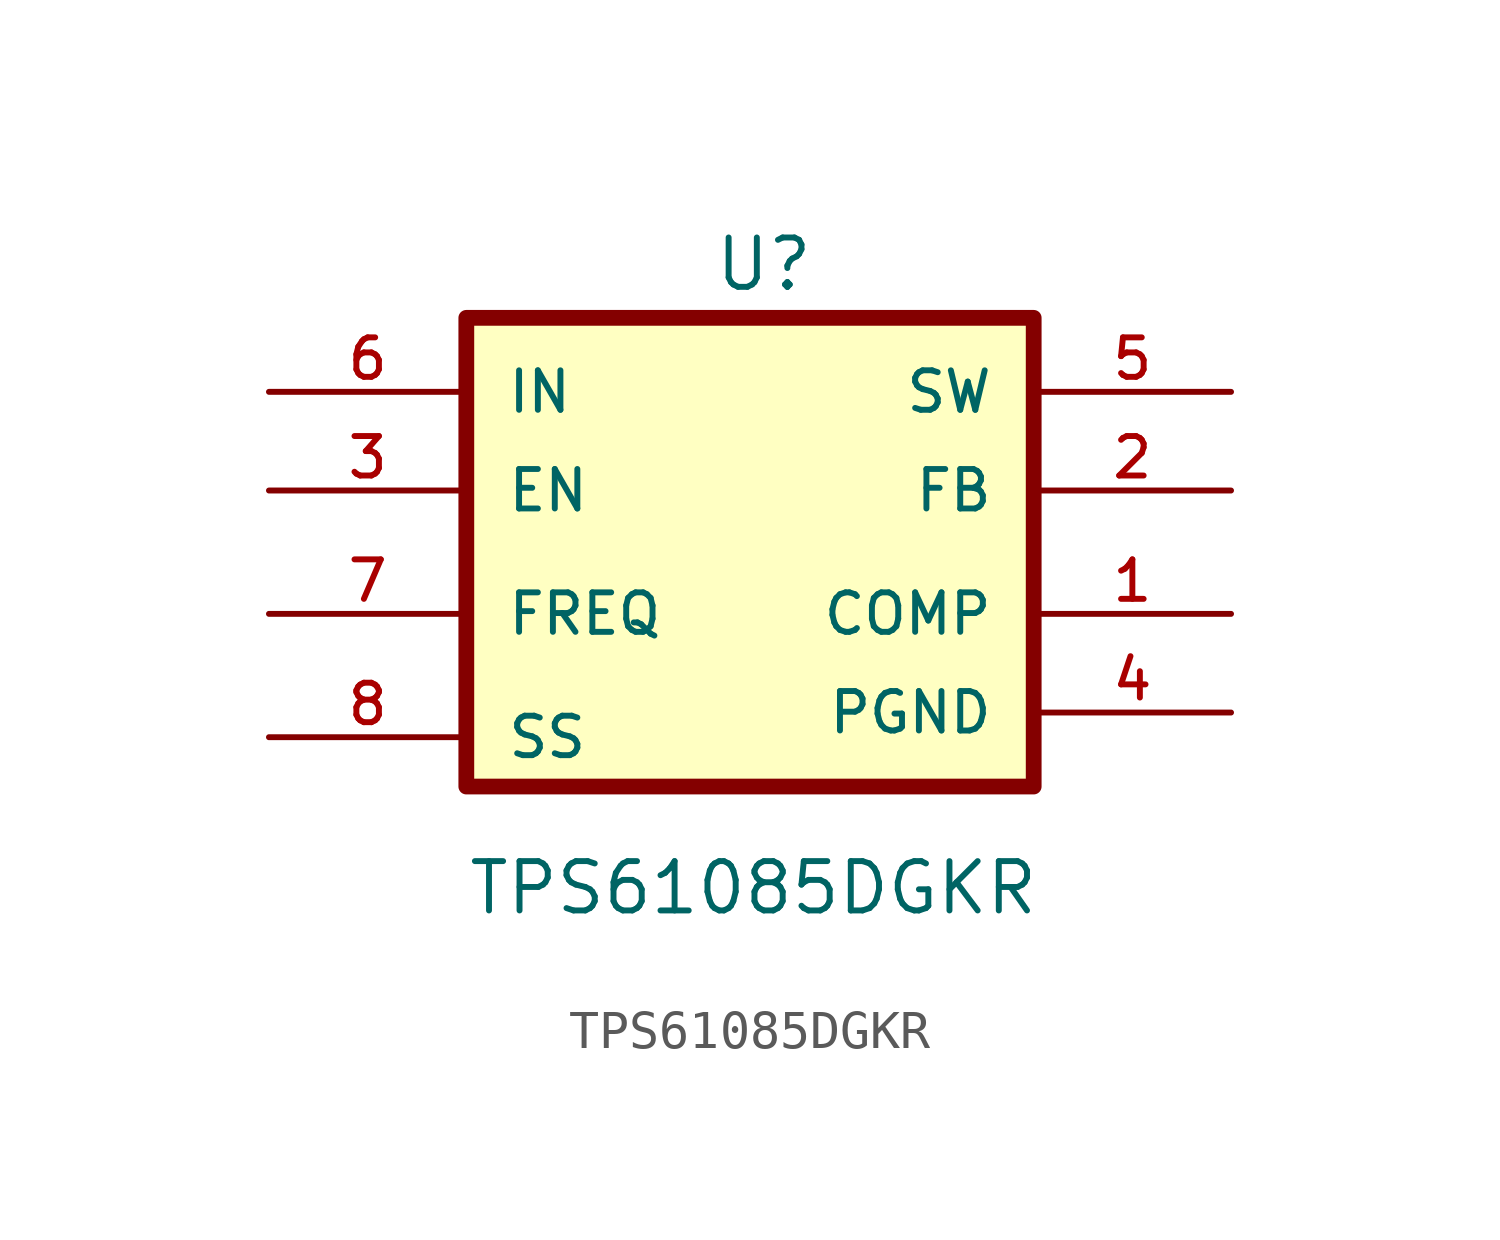
<source format=kicad_sym>
(kicad_symbol_lib
  (version 20211014)
  (generator kicad_symbol_editor)
  (symbol "TPS61085DGKR"
    (pin_names
      (offset 1.016))
    (property "Reference" "U"
      (at -6.35 -0.635 0)
      (effects (font (size 1.27 1.27)) (justify left bottom)))
    (property "Value" "TPS61085DGKR"
      (at -12.7 -16.688 0)
      (effects (font (size 1.27 1.27)) (justify left bottom)))
    (property "ki_locked" ""
      (at 0 0 0)
      (effects (font (size 1.27 1.27))))
    (symbol "TPS61085DGKR_0_0"
      (rectangle (start -12.7 -1.27) (end 1.905 -13.335) (stroke (width 0.406) (type default) (color 0 0 0 0)) (fill (type background)))
      (pin bidirectional line (at 6.985 -8.89 180) (length 5.08) (name "COMP" (effects (font (size 1.016 1.016)))) (number "1" (effects (font (size 1.016 1.016)))))
      (pin input line (at 6.985 -5.715 180) (length 5.08) (name "FB" (effects (font (size 1.016 1.016)))) (number "2" (effects (font (size 1.016 1.016)))))
      (pin input line (at -17.78 -5.715 0) (length 5.08) (name "EN" (effects (font (size 1.016 1.016)))) (number "3" (effects (font (size 1.016 1.016)))))
      (pin power_in line (at 6.985 -11.43 180) (length 5.08) (name "PGND" (effects (font (size 1.016 1.016)))) (number "4" (effects (font (size 1.016 1.016)))))
      (pin input line (at 6.985 -3.175 180) (length 5.08) (name "SW" (effects (font (size 1.016 1.016)))) (number "5" (effects (font (size 1.016 1.016)))))
      (pin input line (at -17.78 -3.175 0) (length 5.08) (name "IN" (effects (font (size 1.016 1.016)))) (number "6" (effects (font (size 1.016 1.016)))))
      (pin input line (at -17.78 -8.89 0) (length 5.08) (name "FREQ" (effects (font (size 1.016 1.016)))) (number "7" (effects (font (size 1.016 1.016)))))
      (pin output line (at -17.78 -12.065 0) (length 5.08) (name "SS" (effects (font (size 1.016 1.016)))) (number "8" (effects (font (size 1.016 1.016))))))))
</source>
